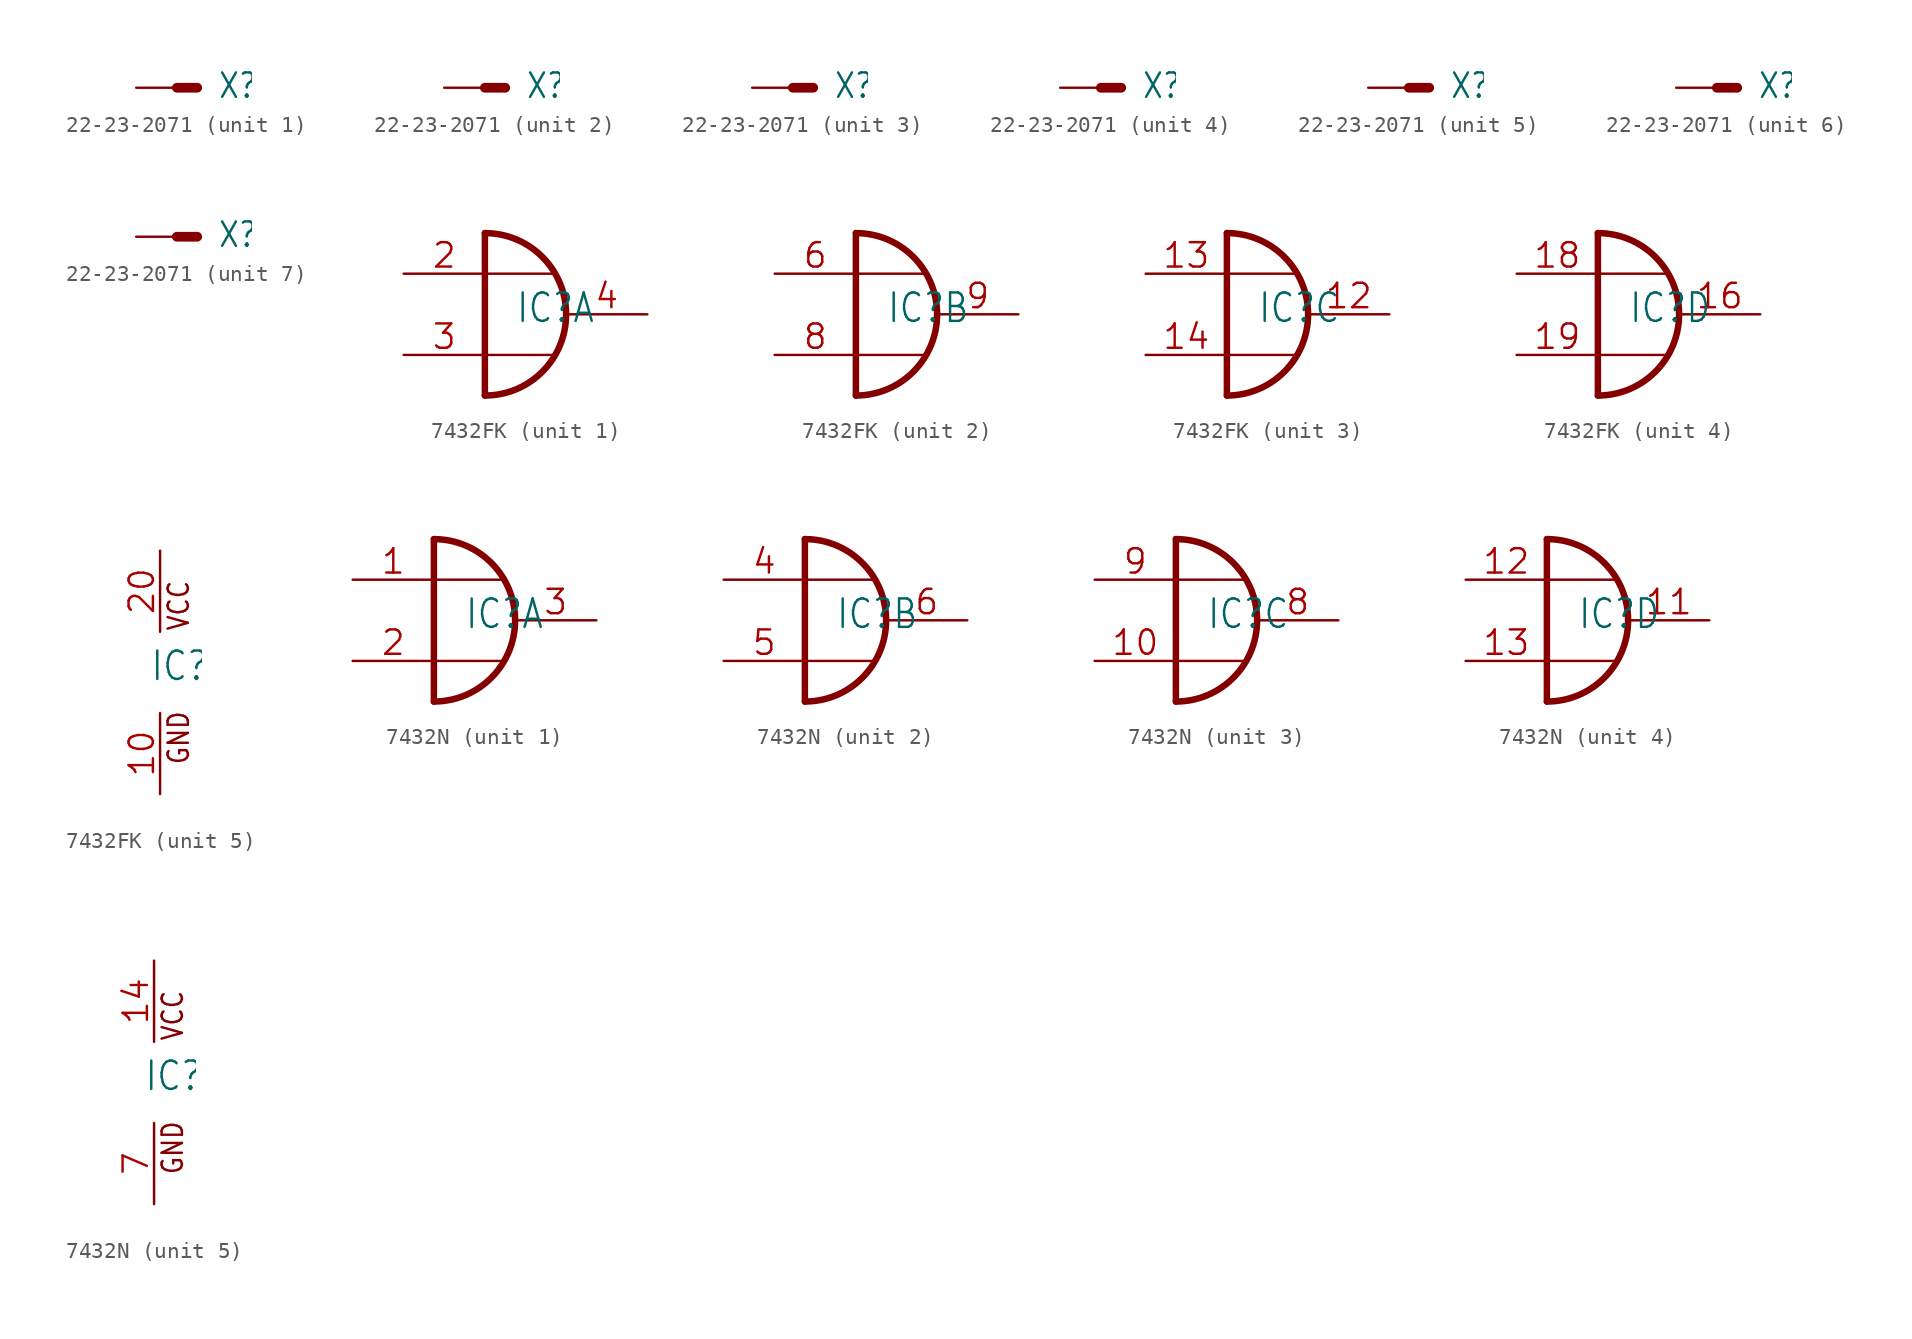
<source format=kicad_sym>
(kicad_symbol_lib
  (version 20241209)
  (generator "kicad_symbol_editor")
  (generator_version "9.0")
  (symbol "22-23-2071"
    (property "Reference" "X"
      (at 2.54 -0.762 0)
      (effects (font (size 1.524 1.295)) (justify left bottom)))
    (property "ki_locked" ""
      (at 0 0 0)
      (effects (font (size 1.27 1.27))))
    (symbol "22-23-2071_1_0"
      (polyline (pts (xy 1.27 0) (xy 0 0)) (stroke (width 0.61) (type solid)) (fill (type none)))
      (pin passive line (at -2.54 0 0) (length 2.54) (name "S" (effects (font (size 0 0)))) (number "1" (effects (font (size 0 0))))))
    (symbol "22-23-2071_2_0"
      (polyline (pts (xy 1.27 0) (xy 0 0)) (stroke (width 0.61) (type solid)) (fill (type none)))
      (pin passive line (at -2.54 0 0) (length 2.54) (name "S" (effects (font (size 0 0)))) (number "2" (effects (font (size 0 0))))))
    (symbol "22-23-2071_3_0"
      (polyline (pts (xy 1.27 0) (xy 0 0)) (stroke (width 0.61) (type solid)) (fill (type none)))
      (pin passive line (at -2.54 0 0) (length 2.54) (name "S" (effects (font (size 0 0)))) (number "3" (effects (font (size 0 0))))))
    (symbol "22-23-2071_4_0"
      (polyline (pts (xy 1.27 0) (xy 0 0)) (stroke (width 0.61) (type solid)) (fill (type none)))
      (pin passive line (at -2.54 0 0) (length 2.54) (name "S" (effects (font (size 0 0)))) (number "4" (effects (font (size 0 0))))))
    (symbol "22-23-2071_5_0"
      (polyline (pts (xy 1.27 0) (xy 0 0)) (stroke (width 0.61) (type solid)) (fill (type none)))
      (pin passive line (at -2.54 0 0) (length 2.54) (name "S" (effects (font (size 0 0)))) (number "5" (effects (font (size 0 0))))))
    (symbol "22-23-2071_6_0"
      (polyline (pts (xy 1.27 0) (xy 0 0)) (stroke (width 0.61) (type solid)) (fill (type none)))
      (pin passive line (at -2.54 0 0) (length 2.54) (name "S" (effects (font (size 0 0)))) (number "6" (effects (font (size 0 0))))))
    (symbol "22-23-2071_7_0"
      (polyline (pts (xy 1.27 0) (xy 0 0)) (stroke (width 0.61) (type solid)) (fill (type none)))
      (pin passive line (at -2.54 0 0) (length 2.54) (name "S" (effects (font (size 0 0)))) (number "7" (effects (font (size 0 0)))))))
  (symbol "7432FK"
    (property "Reference" "IC"
      (at -0.635 -0.635 0)
      (effects (font (size 1.778 1.511)) (justify left bottom)))
    (property "ki_locked" ""
      (at 0 0 0)
      (effects (font (size 1.27 1.27))))
    (symbol "7432FK_1_0"
      (polyline (pts (xy -2.54 5.08) (xy -2.54 -5.08)) (stroke (width 0.406) (type solid)) (fill (type none)))
      (arc (start -2.54 5.08) (mid 2.5401 0.0001) (end -2.5398 -5.08) (stroke (width 0.4064) (type solid)) (fill (type none)))
      (polyline (pts (xy 1.778 2.54) (xy -2.54 2.54)) (stroke (width 0.152) (type solid)) (fill (type none)))
      (polyline (pts (xy 1.778 -2.54) (xy -2.54 -2.54)) (stroke (width 0.152) (type solid)) (fill (type none)))
      (pin input line (at -7.62 2.54 0) (length 5.08) (name "I0" (effects (font (size 0 0)))) (number "2" (effects (font (size 1.524 1.524)))))
      (pin input line (at -7.62 -2.54 0) (length 5.08) (name "I1" (effects (font (size 0 0)))) (number "3" (effects (font (size 1.524 1.524)))))
      (pin output line (at 7.62 0 180) (length 5.08) (name "O" (effects (font (size 0 0)))) (number "4" (effects (font (size 1.524 1.524))))))
    (symbol "7432FK_2_0"
      (polyline (pts (xy -2.54 5.08) (xy -2.54 -5.08)) (stroke (width 0.406) (type solid)) (fill (type none)))
      (arc (start -2.54 5.08) (mid 2.5401 0.0001) (end -2.5398 -5.08) (stroke (width 0.4064) (type solid)) (fill (type none)))
      (polyline (pts (xy 1.778 2.54) (xy -2.54 2.54)) (stroke (width 0.152) (type solid)) (fill (type none)))
      (polyline (pts (xy 1.778 -2.54) (xy -2.54 -2.54)) (stroke (width 0.152) (type solid)) (fill (type none)))
      (pin input line (at -7.62 2.54 0) (length 5.08) (name "I0" (effects (font (size 0 0)))) (number "6" (effects (font (size 1.524 1.524)))))
      (pin input line (at -7.62 -2.54 0) (length 5.08) (name "I1" (effects (font (size 0 0)))) (number "8" (effects (font (size 1.524 1.524)))))
      (pin output line (at 7.62 0 180) (length 5.08) (name "O" (effects (font (size 0 0)))) (number "9" (effects (font (size 1.524 1.524))))))
    (symbol "7432FK_3_0"
      (polyline (pts (xy -2.54 5.08) (xy -2.54 -5.08)) (stroke (width 0.406) (type solid)) (fill (type none)))
      (arc (start -2.54 5.08) (mid 2.5401 0.0001) (end -2.5398 -5.08) (stroke (width 0.4064) (type solid)) (fill (type none)))
      (polyline (pts (xy 1.778 2.54) (xy -2.54 2.54)) (stroke (width 0.152) (type solid)) (fill (type none)))
      (polyline (pts (xy 1.778 -2.54) (xy -2.54 -2.54)) (stroke (width 0.152) (type solid)) (fill (type none)))
      (pin input line (at -7.62 2.54 0) (length 5.08) (name "I0" (effects (font (size 0 0)))) (number "13" (effects (font (size 1.524 1.524)))))
      (pin input line (at -7.62 -2.54 0) (length 5.08) (name "I1" (effects (font (size 0 0)))) (number "14" (effects (font (size 1.524 1.524)))))
      (pin output line (at 7.62 0 180) (length 5.08) (name "O" (effects (font (size 0 0)))) (number "12" (effects (font (size 1.524 1.524))))))
    (symbol "7432FK_4_0"
      (polyline (pts (xy -2.54 5.08) (xy -2.54 -5.08)) (stroke (width 0.406) (type solid)) (fill (type none)))
      (arc (start -2.54 5.08) (mid 2.5401 0.0001) (end -2.5398 -5.08) (stroke (width 0.4064) (type solid)) (fill (type none)))
      (polyline (pts (xy 1.778 2.54) (xy -2.54 2.54)) (stroke (width 0.152) (type solid)) (fill (type none)))
      (polyline (pts (xy 1.778 -2.54) (xy -2.54 -2.54)) (stroke (width 0.152) (type solid)) (fill (type none)))
      (pin input line (at -7.62 2.54 0) (length 5.08) (name "I0" (effects (font (size 0 0)))) (number "18" (effects (font (size 1.524 1.524)))))
      (pin input line (at -7.62 -2.54 0) (length 5.08) (name "I1" (effects (font (size 0 0)))) (number "19" (effects (font (size 1.524 1.524)))))
      (pin output line (at 7.62 0 180) (length 5.08) (name "O" (effects (font (size 0 0)))) (number "16" (effects (font (size 1.524 1.524))))))
    (symbol "7432FK_5_0"
      (text "VCC" (at 1.905 2.54 900) (effects (font (size 1.27 1.079)) (justify left bottom)))
      (text "GND" (at 1.905 -5.842 900) (effects (font (size 1.27 1.079)) (justify left bottom)))
      (pin power_in line (at 0 7.62 270) (length 5.08) (name "VCC" (effects (font (size 0 0)))) (number "20" (effects (font (size 1.524 1.524)))))
      (pin power_in line (at 0 -7.62 90) (length 5.08) (name "GND" (effects (font (size 0 0)))) (number "10" (effects (font (size 1.524 1.524)))))))
  (symbol "7432N"
    (property "Reference" "IC"
      (at -0.635 -0.635 0)
      (effects (font (size 1.778 1.511)) (justify left bottom)))
    (property "ki_locked" ""
      (at 0 0 0)
      (effects (font (size 1.27 1.27))))
    (symbol "7432N_1_0"
      (polyline (pts (xy -2.54 5.08) (xy -2.54 -5.08)) (stroke (width 0.406) (type solid)) (fill (type none)))
      (arc (start -2.54 5.08) (mid 2.5401 0.0001) (end -2.5398 -5.08) (stroke (width 0.4064) (type solid)) (fill (type none)))
      (polyline (pts (xy 1.778 2.54) (xy -2.54 2.54)) (stroke (width 0.152) (type solid)) (fill (type none)))
      (polyline (pts (xy 1.778 -2.54) (xy -2.54 -2.54)) (stroke (width 0.152) (type solid)) (fill (type none)))
      (pin input line (at -7.62 2.54 0) (length 5.08) (name "I0" (effects (font (size 0 0)))) (number "1" (effects (font (size 1.524 1.524)))))
      (pin input line (at -7.62 -2.54 0) (length 5.08) (name "I1" (effects (font (size 0 0)))) (number "2" (effects (font (size 1.524 1.524)))))
      (pin output line (at 7.62 0 180) (length 5.08) (name "O" (effects (font (size 0 0)))) (number "3" (effects (font (size 1.524 1.524))))))
    (symbol "7432N_2_0"
      (polyline (pts (xy -2.54 5.08) (xy -2.54 -5.08)) (stroke (width 0.406) (type solid)) (fill (type none)))
      (arc (start -2.54 5.08) (mid 2.5401 0.0001) (end -2.5398 -5.08) (stroke (width 0.4064) (type solid)) (fill (type none)))
      (polyline (pts (xy 1.778 2.54) (xy -2.54 2.54)) (stroke (width 0.152) (type solid)) (fill (type none)))
      (polyline (pts (xy 1.778 -2.54) (xy -2.54 -2.54)) (stroke (width 0.152) (type solid)) (fill (type none)))
      (pin input line (at -7.62 2.54 0) (length 5.08) (name "I0" (effects (font (size 0 0)))) (number "4" (effects (font (size 1.524 1.524)))))
      (pin input line (at -7.62 -2.54 0) (length 5.08) (name "I1" (effects (font (size 0 0)))) (number "5" (effects (font (size 1.524 1.524)))))
      (pin output line (at 7.62 0 180) (length 5.08) (name "O" (effects (font (size 0 0)))) (number "6" (effects (font (size 1.524 1.524))))))
    (symbol "7432N_3_0"
      (polyline (pts (xy -2.54 5.08) (xy -2.54 -5.08)) (stroke (width 0.406) (type solid)) (fill (type none)))
      (arc (start -2.54 5.08) (mid 2.5401 0.0001) (end -2.5398 -5.08) (stroke (width 0.4064) (type solid)) (fill (type none)))
      (polyline (pts (xy 1.778 2.54) (xy -2.54 2.54)) (stroke (width 0.152) (type solid)) (fill (type none)))
      (polyline (pts (xy 1.778 -2.54) (xy -2.54 -2.54)) (stroke (width 0.152) (type solid)) (fill (type none)))
      (pin input line (at -7.62 2.54 0) (length 5.08) (name "I0" (effects (font (size 0 0)))) (number "9" (effects (font (size 1.524 1.524)))))
      (pin input line (at -7.62 -2.54 0) (length 5.08) (name "I1" (effects (font (size 0 0)))) (number "10" (effects (font (size 1.524 1.524)))))
      (pin output line (at 7.62 0 180) (length 5.08) (name "O" (effects (font (size 0 0)))) (number "8" (effects (font (size 1.524 1.524))))))
    (symbol "7432N_4_0"
      (polyline (pts (xy -2.54 5.08) (xy -2.54 -5.08)) (stroke (width 0.406) (type solid)) (fill (type none)))
      (arc (start -2.54 5.08) (mid 2.5401 0.0001) (end -2.5398 -5.08) (stroke (width 0.4064) (type solid)) (fill (type none)))
      (polyline (pts (xy 1.778 2.54) (xy -2.54 2.54)) (stroke (width 0.152) (type solid)) (fill (type none)))
      (polyline (pts (xy 1.778 -2.54) (xy -2.54 -2.54)) (stroke (width 0.152) (type solid)) (fill (type none)))
      (pin input line (at -7.62 2.54 0) (length 5.08) (name "I0" (effects (font (size 0 0)))) (number "12" (effects (font (size 1.524 1.524)))))
      (pin input line (at -7.62 -2.54 0) (length 5.08) (name "I1" (effects (font (size 0 0)))) (number "13" (effects (font (size 1.524 1.524)))))
      (pin output line (at 7.62 0 180) (length 5.08) (name "O" (effects (font (size 0 0)))) (number "11" (effects (font (size 1.524 1.524))))))
    (symbol "7432N_5_0"
      (text "VCC" (at 1.905 2.54 900) (effects (font (size 1.27 1.079)) (justify left bottom)))
      (text "GND" (at 1.905 -5.842 900) (effects (font (size 1.27 1.079)) (justify left bottom)))
      (pin power_in line (at 0 7.62 270) (length 5.08) (name "VCC" (effects (font (size 0 0)))) (number "14" (effects (font (size 1.524 1.524)))))
      (pin power_in line (at 0 -7.62 90) (length 5.08) (name "GND" (effects (font (size 0 0)))) (number "7" (effects (font (size 1.524 1.524))))))))
</source>
